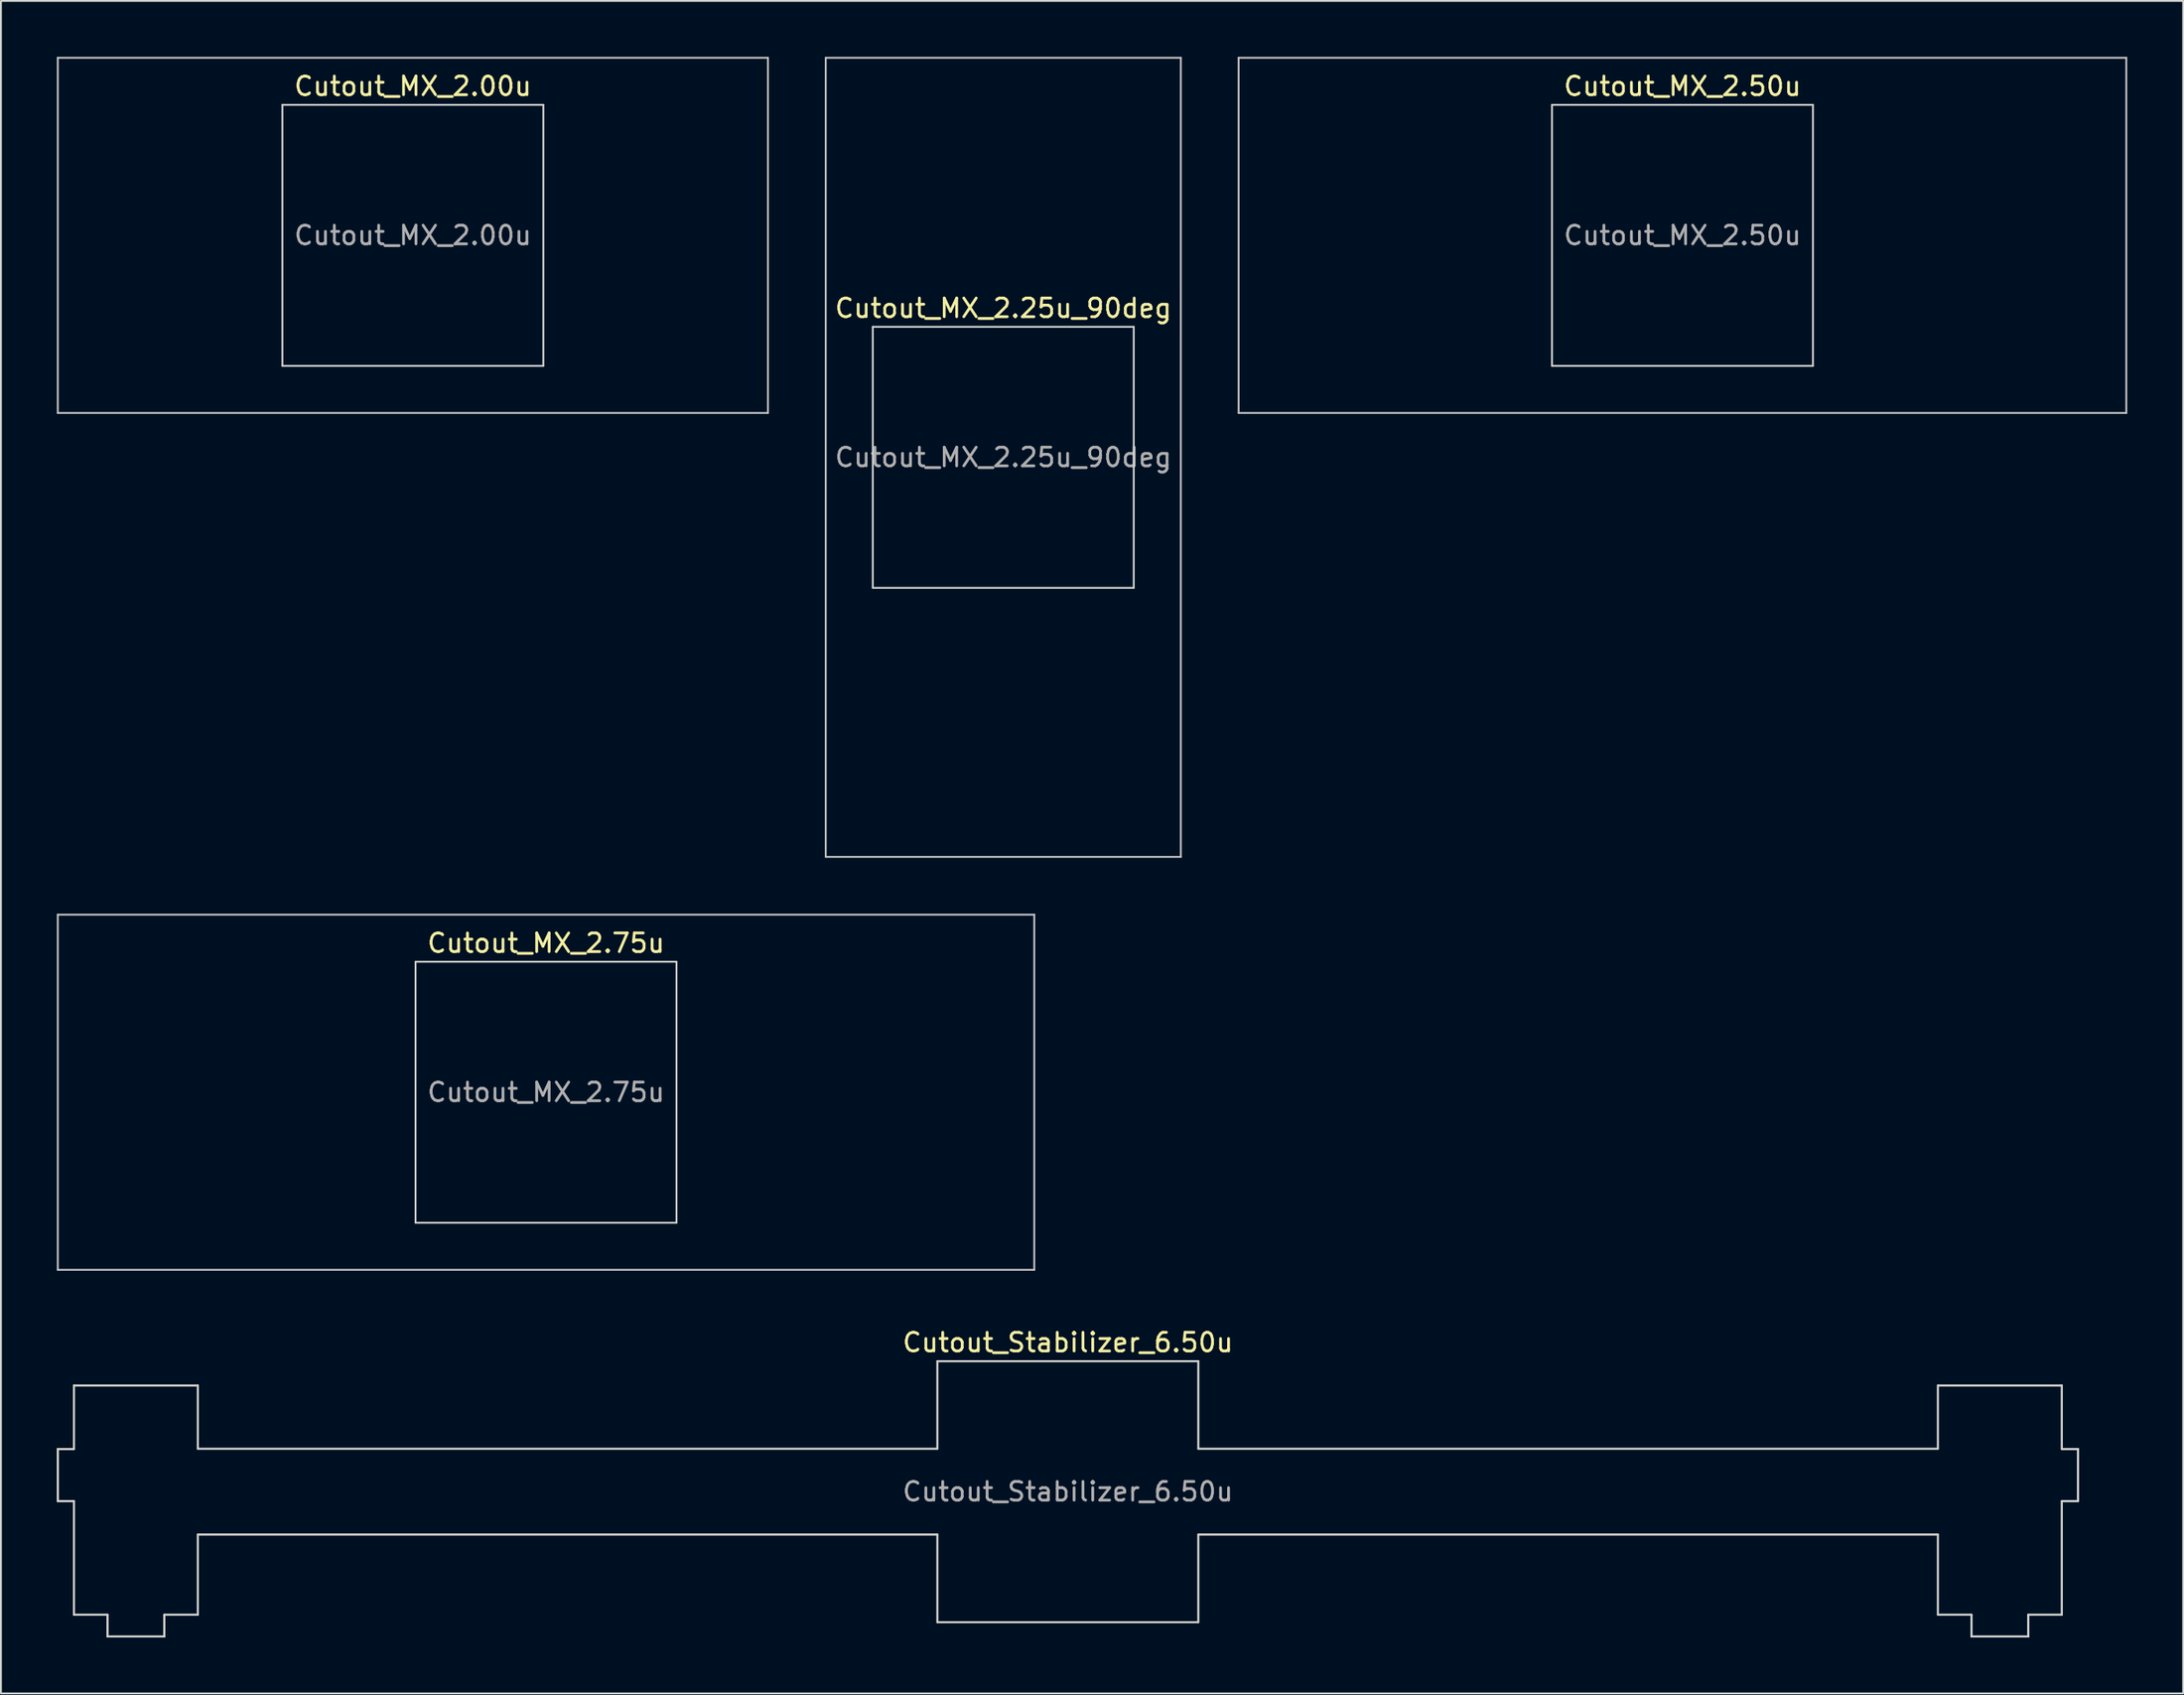
<source format=kicad_pcb>
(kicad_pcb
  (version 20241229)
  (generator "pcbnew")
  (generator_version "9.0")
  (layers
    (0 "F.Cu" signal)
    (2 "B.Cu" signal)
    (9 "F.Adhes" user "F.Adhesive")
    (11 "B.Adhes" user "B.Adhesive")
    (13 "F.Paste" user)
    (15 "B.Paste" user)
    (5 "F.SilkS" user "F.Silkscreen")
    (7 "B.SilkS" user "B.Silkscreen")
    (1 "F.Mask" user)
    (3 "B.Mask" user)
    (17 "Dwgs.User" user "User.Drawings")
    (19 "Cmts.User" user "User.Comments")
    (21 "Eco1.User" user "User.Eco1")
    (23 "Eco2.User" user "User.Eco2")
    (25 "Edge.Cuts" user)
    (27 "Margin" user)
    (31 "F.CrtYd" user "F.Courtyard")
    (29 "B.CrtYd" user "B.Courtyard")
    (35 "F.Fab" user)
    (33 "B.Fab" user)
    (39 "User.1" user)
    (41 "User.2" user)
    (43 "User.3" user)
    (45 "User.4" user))
  (footprint "Cutout_MX_2.50u"
    (layer "F.Cu")
    (at 87.213 9.575)
    (property "Reference" "Cutout_MX_2.50u" (at 0 -8 0) (layer "F.SilkS") (effects (font (size 1 1) (thickness 0.15))))
    (attr through_hole)
    (fp_line (start -23.812 -9.525) (end -23.812 9.525) (stroke (width 0.1) (type solid)) (layer "Dwgs.User"))
    (fp_line (start -23.812 9.525) (end 23.812 9.525) (stroke (width 0.1) (type solid)) (layer "Dwgs.User"))
    (fp_line (start 23.812 -9.525) (end -23.812 -9.525) (stroke (width 0.1) (type solid)) (layer "Dwgs.User"))
    (fp_line (start 23.812 9.525) (end 23.812 -9.525) (stroke (width 0.1) (type solid)) (layer "Dwgs.User"))
    (fp_line (start -7 -7) (end -7 7) (stroke (width 0.1) (type solid)) (layer "Edge.Cuts"))
    (fp_line (start -7 7) (end 7 7) (stroke (width 0.1) (type solid)) (layer "Edge.Cuts"))
    (fp_line (start 7 -7) (end -7 -7) (stroke (width 0.1) (type solid)) (layer "Edge.Cuts"))
    (fp_line (start 7 7) (end 7 -7) (stroke (width 0.1) (type solid)) (layer "Edge.Cuts"))
    (fp_text user "${REFERENCE}" (at 0 0 0) (layer "F.Fab") (effects (font (size 1 1) (thickness 0.15)))))
  (footprint "Cutout_Stabilizer_6.50u"
    (layer "F.Cu")
    (at 54.241 76.961)
    (property "Reference" "Cutout_Stabilizer_6.50u" (at 0 -8 0) (layer "F.SilkS") (effects (font (size 1 1) (thickness 0.15))))
    (attr through_hole)
    (fp_line (start -54.191 -2.286) (end -53.327 -2.286) (stroke (width 0.1) (type solid)) (layer "Edge.Cuts"))
    (fp_line (start -54.191 -2.286) (end -53.327 -2.286) (stroke (width 0.1) (type solid)) (layer "Edge.Cuts"))
    (fp_line (start -54.191 0.508) (end -54.191 -2.286) (stroke (width 0.1) (type solid)) (layer "Edge.Cuts"))
    (fp_line (start -54.191 0.508) (end -54.191 -2.286) (stroke (width 0.1) (type solid)) (layer "Edge.Cuts"))
    (fp_line (start -53.327 -5.69) (end -46.673 -5.69) (stroke (width 0.1) (type solid)) (layer "Edge.Cuts"))
    (fp_line (start -53.327 -5.69) (end -46.673 -5.69) (stroke (width 0.1) (type solid)) (layer "Edge.Cuts"))
    (fp_line (start -53.327 -2.286) (end -53.327 -5.69) (stroke (width 0.1) (type solid)) (layer "Edge.Cuts"))
    (fp_line (start -53.327 -2.286) (end -53.327 -5.69) (stroke (width 0.1) (type solid)) (layer "Edge.Cuts"))
    (fp_line (start -53.327 0.508) (end -54.191 0.508) (stroke (width 0.1) (type solid)) (layer "Edge.Cuts"))
    (fp_line (start -53.327 0.508) (end -54.191 0.508) (stroke (width 0.1) (type solid)) (layer "Edge.Cuts"))
    (fp_line (start -53.327 6.604) (end -53.327 0.508) (stroke (width 0.1) (type solid)) (layer "Edge.Cuts"))
    (fp_line (start -53.327 6.604) (end -53.327 0.508) (stroke (width 0.1) (type solid)) (layer "Edge.Cuts"))
    (fp_line (start -51.524 6.604) (end -53.327 6.604) (stroke (width 0.1) (type solid)) (layer "Edge.Cuts"))
    (fp_line (start -51.524 6.604) (end -53.327 6.604) (stroke (width 0.1) (type solid)) (layer "Edge.Cuts"))
    (fp_line (start -51.524 7.772) (end -51.524 6.604) (stroke (width 0.1) (type solid)) (layer "Edge.Cuts"))
    (fp_line (start -51.524 7.772) (end -51.524 6.604) (stroke (width 0.1) (type solid)) (layer "Edge.Cuts"))
    (fp_line (start -48.476 6.604) (end -48.476 7.772) (stroke (width 0.1) (type solid)) (layer "Edge.Cuts"))
    (fp_line (start -48.476 6.604) (end -48.476 7.772) (stroke (width 0.1) (type solid)) (layer "Edge.Cuts"))
    (fp_line (start -48.476 7.772) (end -51.524 7.772) (stroke (width 0.1) (type solid)) (layer "Edge.Cuts"))
    (fp_line (start -48.476 7.772) (end -51.524 7.772) (stroke (width 0.1) (type solid)) (layer "Edge.Cuts"))
    (fp_line (start -46.673 -5.69) (end -46.673 -2.3) (stroke (width 0.1) (type solid)) (layer "Edge.Cuts"))
    (fp_line (start -46.673 -5.69) (end -46.673 -2.3) (stroke (width 0.1) (type solid)) (layer "Edge.Cuts"))
    (fp_line (start -46.673 -2.3) (end -7 -2.3) (stroke (width 0.1) (type solid)) (layer "Edge.Cuts"))
    (fp_line (start -46.673 -2.3) (end -7 -2.3) (stroke (width 0.1) (type solid)) (layer "Edge.Cuts"))
    (fp_line (start -46.673 2.3) (end -46.673 6.604) (stroke (width 0.1) (type solid)) (layer "Edge.Cuts"))
    (fp_line (start -46.673 2.3) (end -46.673 6.604) (stroke (width 0.1) (type solid)) (layer "Edge.Cuts"))
    (fp_line (start -46.673 6.604) (end -48.476 6.604) (stroke (width 0.1) (type solid)) (layer "Edge.Cuts"))
    (fp_line (start -46.673 6.604) (end -48.476 6.604) (stroke (width 0.1) (type solid)) (layer "Edge.Cuts"))
    (fp_line (start -7 -7) (end -7 -2.3) (stroke (width 0.1) (type solid)) (layer "Edge.Cuts"))
    (fp_line (start -7 -7) (end -7 -2.3) (stroke (width 0.1) (type solid)) (layer "Edge.Cuts"))
    (fp_line (start -7 -7) (end 7 -7) (stroke (width 0.1) (type solid)) (layer "Edge.Cuts"))
    (fp_line (start -7 -7) (end 7 -7) (stroke (width 0.1) (type solid)) (layer "Edge.Cuts"))
    (fp_line (start -7 2.3) (end -46.673 2.3) (stroke (width 0.1) (type solid)) (layer "Edge.Cuts"))
    (fp_line (start -7 2.3) (end -46.673 2.3) (stroke (width 0.1) (type solid)) (layer "Edge.Cuts"))
    (fp_line (start -7 2.3) (end -7 7) (stroke (width 0.1) (type solid)) (layer "Edge.Cuts"))
    (fp_line (start -7 2.3) (end -7 7) (stroke (width 0.1) (type solid)) (layer "Edge.Cuts"))
    (fp_line (start -7 7) (end 7 7) (stroke (width 0.1) (type solid)) (layer "Edge.Cuts"))
    (fp_line (start -7 7) (end 7 7) (stroke (width 0.1) (type solid)) (layer "Edge.Cuts"))
    (fp_line (start 7 -7) (end 7 -2.3) (stroke (width 0.1) (type solid)) (layer "Edge.Cuts"))
    (fp_line (start 7 -7) (end 7 -2.3) (stroke (width 0.1) (type solid)) (layer "Edge.Cuts"))
    (fp_line (start 7 2.3) (end 7 7) (stroke (width 0.1) (type solid)) (layer "Edge.Cuts"))
    (fp_line (start 7 2.3) (end 7 7) (stroke (width 0.1) (type solid)) (layer "Edge.Cuts"))
    (fp_line (start 7 2.3) (end 46.673 2.3) (stroke (width 0.1) (type solid)) (layer "Edge.Cuts"))
    (fp_line (start 7 2.3) (end 46.673 2.3) (stroke (width 0.1) (type solid)) (layer "Edge.Cuts"))
    (fp_line (start 46.673 -5.69) (end 46.673 -2.3) (stroke (width 0.1) (type solid)) (layer "Edge.Cuts"))
    (fp_line (start 46.673 -5.69) (end 46.673 -2.3) (stroke (width 0.1) (type solid)) (layer "Edge.Cuts"))
    (fp_line (start 46.673 -2.3) (end 7 -2.3) (stroke (width 0.1) (type solid)) (layer "Edge.Cuts"))
    (fp_line (start 46.673 -2.3) (end 7 -2.3) (stroke (width 0.1) (type solid)) (layer "Edge.Cuts"))
    (fp_line (start 46.673 2.3) (end 46.673 6.604) (stroke (width 0.1) (type solid)) (layer "Edge.Cuts"))
    (fp_line (start 46.673 2.3) (end 46.673 6.604) (stroke (width 0.1) (type solid)) (layer "Edge.Cuts"))
    (fp_line (start 46.673 6.604) (end 48.476 6.604) (stroke (width 0.1) (type solid)) (layer "Edge.Cuts"))
    (fp_line (start 46.673 6.604) (end 48.476 6.604) (stroke (width 0.1) (type solid)) (layer "Edge.Cuts"))
    (fp_line (start 48.476 6.604) (end 48.476 7.772) (stroke (width 0.1) (type solid)) (layer "Edge.Cuts"))
    (fp_line (start 48.476 6.604) (end 48.476 7.772) (stroke (width 0.1) (type solid)) (layer "Edge.Cuts"))
    (fp_line (start 48.476 7.772) (end 51.524 7.772) (stroke (width 0.1) (type solid)) (layer "Edge.Cuts"))
    (fp_line (start 48.476 7.772) (end 51.524 7.772) (stroke (width 0.1) (type solid)) (layer "Edge.Cuts"))
    (fp_line (start 51.524 6.604) (end 53.327 6.604) (stroke (width 0.1) (type solid)) (layer "Edge.Cuts"))
    (fp_line (start 51.524 6.604) (end 53.327 6.604) (stroke (width 0.1) (type solid)) (layer "Edge.Cuts"))
    (fp_line (start 51.524 7.772) (end 51.524 6.604) (stroke (width 0.1) (type solid)) (layer "Edge.Cuts"))
    (fp_line (start 51.524 7.772) (end 51.524 6.604) (stroke (width 0.1) (type solid)) (layer "Edge.Cuts"))
    (fp_line (start 53.327 -5.69) (end 46.673 -5.69) (stroke (width 0.1) (type solid)) (layer "Edge.Cuts"))
    (fp_line (start 53.327 -5.69) (end 46.673 -5.69) (stroke (width 0.1) (type solid)) (layer "Edge.Cuts"))
    (fp_line (start 53.327 -2.286) (end 53.327 -5.69) (stroke (width 0.1) (type solid)) (layer "Edge.Cuts"))
    (fp_line (start 53.327 -2.286) (end 53.327 -5.69) (stroke (width 0.1) (type solid)) (layer "Edge.Cuts"))
    (fp_line (start 53.327 0.508) (end 54.191 0.508) (stroke (width 0.1) (type solid)) (layer "Edge.Cuts"))
    (fp_line (start 53.327 0.508) (end 54.191 0.508) (stroke (width 0.1) (type solid)) (layer "Edge.Cuts"))
    (fp_line (start 53.327 6.604) (end 53.327 0.508) (stroke (width 0.1) (type solid)) (layer "Edge.Cuts"))
    (fp_line (start 53.327 6.604) (end 53.327 0.508) (stroke (width 0.1) (type solid)) (layer "Edge.Cuts"))
    (fp_line (start 54.191 -2.286) (end 53.327 -2.286) (stroke (width 0.1) (type solid)) (layer "Edge.Cuts"))
    (fp_line (start 54.191 -2.286) (end 53.327 -2.286) (stroke (width 0.1) (type solid)) (layer "Edge.Cuts"))
    (fp_line (start 54.191 0.508) (end 54.191 -2.286) (stroke (width 0.1) (type solid)) (layer "Edge.Cuts"))
    (fp_line (start 54.191 0.508) (end 54.191 -2.286) (stroke (width 0.1) (type solid)) (layer "Edge.Cuts"))
    (fp_text user "${REFERENCE}" (at 0 0 0) (layer "F.Fab") (effects (font (size 1 1) (thickness 0.15)))))
  (footprint "Cutout_MX_2.25u_90deg"
    (layer "F.Cu")
    (at 50.775 21.481)
    (property "Reference" "Cutout_MX_2.25u_90deg" (at 0 -8 0) (layer "F.SilkS") (effects (font (size 1 1) (thickness 0.15))))
    (attr through_hole)
    (fp_line (start -9.525 -21.431) (end 9.525 -21.431) (stroke (width 0.1) (type solid)) (layer "Dwgs.User"))
    (fp_line (start -9.525 21.431) (end -9.525 -21.431) (stroke (width 0.1) (type solid)) (layer "Dwgs.User"))
    (fp_line (start 9.525 -21.431) (end 9.525 21.431) (stroke (width 0.1) (type solid)) (layer "Dwgs.User"))
    (fp_line (start 9.525 21.431) (end -9.525 21.431) (stroke (width 0.1) (type solid)) (layer "Dwgs.User"))
    (fp_line (start -7 -7) (end -7 7) (stroke (width 0.1) (type solid)) (layer "Edge.Cuts"))
    (fp_line (start -7 7) (end 7 7) (stroke (width 0.1) (type solid)) (layer "Edge.Cuts"))
    (fp_line (start 7 -7) (end -7 -7) (stroke (width 0.1) (type solid)) (layer "Edge.Cuts"))
    (fp_line (start 7 7) (end 7 -7) (stroke (width 0.1) (type solid)) (layer "Edge.Cuts"))
    (fp_text user "${REFERENCE}" (at 0 0 0) (layer "F.Fab") (effects (font (size 1 1) (thickness 0.15)))))
  (footprint "Cutout_MX_2.75u"
    (layer "F.Cu")
    (at 26.244 55.538)
    (property "Reference" "Cutout_MX_2.75u" (at 0 -8 0) (layer "F.SilkS") (effects (font (size 1 1) (thickness 0.15))))
    (attr through_hole)
    (fp_line (start -26.194 -9.525) (end -26.194 9.525) (stroke (width 0.1) (type solid)) (layer "Dwgs.User"))
    (fp_line (start -26.194 9.525) (end 26.194 9.525) (stroke (width 0.1) (type solid)) (layer "Dwgs.User"))
    (fp_line (start 26.194 -9.525) (end -26.194 -9.525) (stroke (width 0.1) (type solid)) (layer "Dwgs.User"))
    (fp_line (start 26.194 9.525) (end 26.194 -9.525) (stroke (width 0.1) (type solid)) (layer "Dwgs.User"))
    (fp_line (start -7 -7) (end -7 7) (stroke (width 0.1) (type solid)) (layer "Edge.Cuts"))
    (fp_line (start -7 7) (end 7 7) (stroke (width 0.1) (type solid)) (layer "Edge.Cuts"))
    (fp_line (start 7 -7) (end -7 -7) (stroke (width 0.1) (type solid)) (layer "Edge.Cuts"))
    (fp_line (start 7 7) (end 7 -7) (stroke (width 0.1) (type solid)) (layer "Edge.Cuts"))
    (fp_text user "${REFERENCE}" (at 0 0 0) (layer "F.Fab") (effects (font (size 1 1) (thickness 0.15)))))
  (footprint "Cutout_MX_2.00u"
    (layer "F.Cu")
    (at 19.1 9.575)
    (property "Reference" "Cutout_MX_2.00u" (at 0 -8 0) (layer "F.SilkS") (effects (font (size 1 1) (thickness 0.15))))
    (attr through_hole)
    (fp_line (start -19.05 -9.525) (end -19.05 9.525) (stroke (width 0.1) (type solid)) (layer "Dwgs.User"))
    (fp_line (start -19.05 9.525) (end 19.05 9.525) (stroke (width 0.1) (type solid)) (layer "Dwgs.User"))
    (fp_line (start 19.05 -9.525) (end -19.05 -9.525) (stroke (width 0.1) (type solid)) (layer "Dwgs.User"))
    (fp_line (start 19.05 9.525) (end 19.05 -9.525) (stroke (width 0.1) (type solid)) (layer "Dwgs.User"))
    (fp_line (start -7 -7) (end -7 7) (stroke (width 0.1) (type solid)) (layer "Edge.Cuts"))
    (fp_line (start -7 7) (end 7 7) (stroke (width 0.1) (type solid)) (layer "Edge.Cuts"))
    (fp_line (start 7 -7) (end -7 -7) (stroke (width 0.1) (type solid)) (layer "Edge.Cuts"))
    (fp_line (start 7 7) (end 7 -7) (stroke (width 0.1) (type solid)) (layer "Edge.Cuts"))
    (fp_text user "${REFERENCE}" (at 0 0 0) (layer "F.Fab") (effects (font (size 1 1) (thickness 0.15)))))
  (gr_rect
    (start -3 -3)
    (end 114.075 87.783)
    (stroke (width 0.1) (type default))
    (fill no)
    (layer "Edge.Cuts")))
</source>
